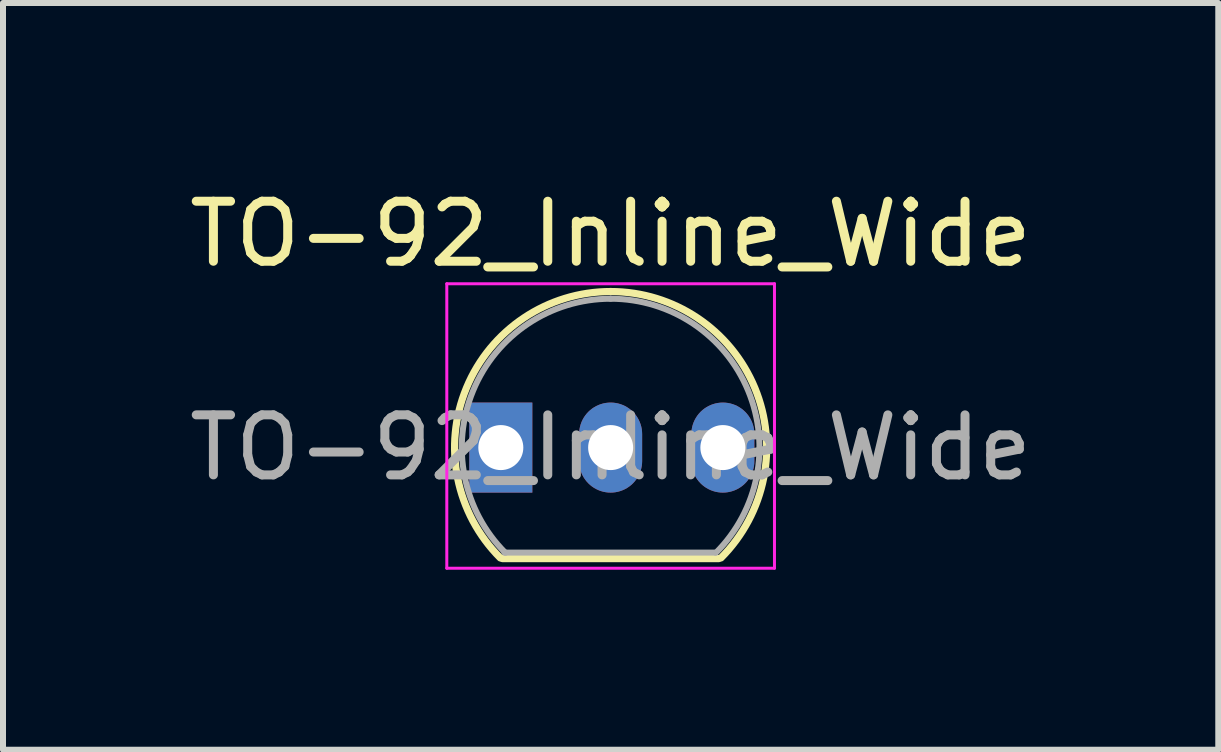
<source format=kicad_pcb>
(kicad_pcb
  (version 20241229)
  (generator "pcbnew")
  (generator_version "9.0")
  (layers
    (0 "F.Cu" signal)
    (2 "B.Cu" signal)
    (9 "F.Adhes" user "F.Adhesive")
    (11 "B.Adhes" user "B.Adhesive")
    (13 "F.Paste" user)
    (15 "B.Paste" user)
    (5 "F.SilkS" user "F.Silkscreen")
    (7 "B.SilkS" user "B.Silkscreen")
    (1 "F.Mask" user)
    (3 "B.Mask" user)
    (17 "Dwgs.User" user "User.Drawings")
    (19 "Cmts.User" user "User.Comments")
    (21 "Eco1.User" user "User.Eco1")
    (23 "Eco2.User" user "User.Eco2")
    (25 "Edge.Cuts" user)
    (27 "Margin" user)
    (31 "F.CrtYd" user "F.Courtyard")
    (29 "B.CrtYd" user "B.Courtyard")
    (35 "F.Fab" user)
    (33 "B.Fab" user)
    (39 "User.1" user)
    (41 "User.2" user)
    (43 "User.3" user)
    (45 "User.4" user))
  (footprint "TO-92_Inline_Wide"
    (layer "F.Cu")
    (at 5.855 4.408)
    (property "Reference" "TO-92_Inline_Wide" (at 1.27 -3.56 0) (layer "F.SilkS") (effects (font (size 1 1) (thickness 0.15))))
    (attr through_hole)
    (fp_line (start -0.53 1.85) (end 3.07 1.85) (stroke (width 0.12) (type solid)) (layer "F.SilkS"))
    (fp_arc (start -0.568478 1.838478) (mid -1.132087 -0.994977) (end 1.27 -2.6) (stroke (width 0.12) (type solid)) (layer "F.SilkS"))
    (fp_arc (start 1.27 -2.6) (mid 3.672087 -0.994977) (end 3.108478 1.838478) (stroke (width 0.12) (type solid)) (layer "F.SilkS"))
    (fp_line (start -1.46 -2.73) (end -1.46 2.01) (stroke (width 0.05) (type solid)) (layer "F.CrtYd"))
    (fp_line (start -1.46 -2.73) (end 4 -2.73) (stroke (width 0.05) (type solid)) (layer "F.CrtYd"))
    (fp_line (start 4 2.01) (end -1.46 2.01) (stroke (width 0.05) (type solid)) (layer "F.CrtYd"))
    (fp_line (start 4 2.01) (end 4 -2.73) (stroke (width 0.05) (type solid)) (layer "F.CrtYd"))
    (fp_line (start -0.5 1.75) (end 3 1.75) (stroke (width 0.1) (type solid)) (layer "F.Fab"))
    (fp_arc (start -0.483625 1.753625) (mid -1.021221 -0.949055) (end 1.27 -2.48) (stroke (width 0.1) (type solid)) (layer "F.Fab"))
    (fp_arc (start 1.27 -2.48) (mid 3.561221 -0.949055) (end 3.023625 1.753625) (stroke (width 0.1) (type solid)) (layer "F.Fab"))
    (fp_text user "${REFERENCE}" (at 1.27 0 0) (layer "F.Fab") (effects (font (size 1 1) (thickness 0.15))))
    (pad "1" thru_hole rect (at -0.56 0) (size 1.05 1.5) (drill 0.75) (layers "*.Cu" "*.Mask"))
    (pad "2" thru_hole oval (at 1.27 0) (size 1.05 1.5) (drill 0.75) (layers "*.Cu" "*.Mask"))
    (pad "3" thru_hole oval (at 3.14 0) (size 1.05 1.5) (drill 0.75) (layers "*.Cu" "*.Mask")))
  (gr_rect
    (start -3 -3)
    (end 17.25 9.443)
    (stroke (width 0.1) (type default))
    (fill no)
    (layer "Edge.Cuts")))
</source>
